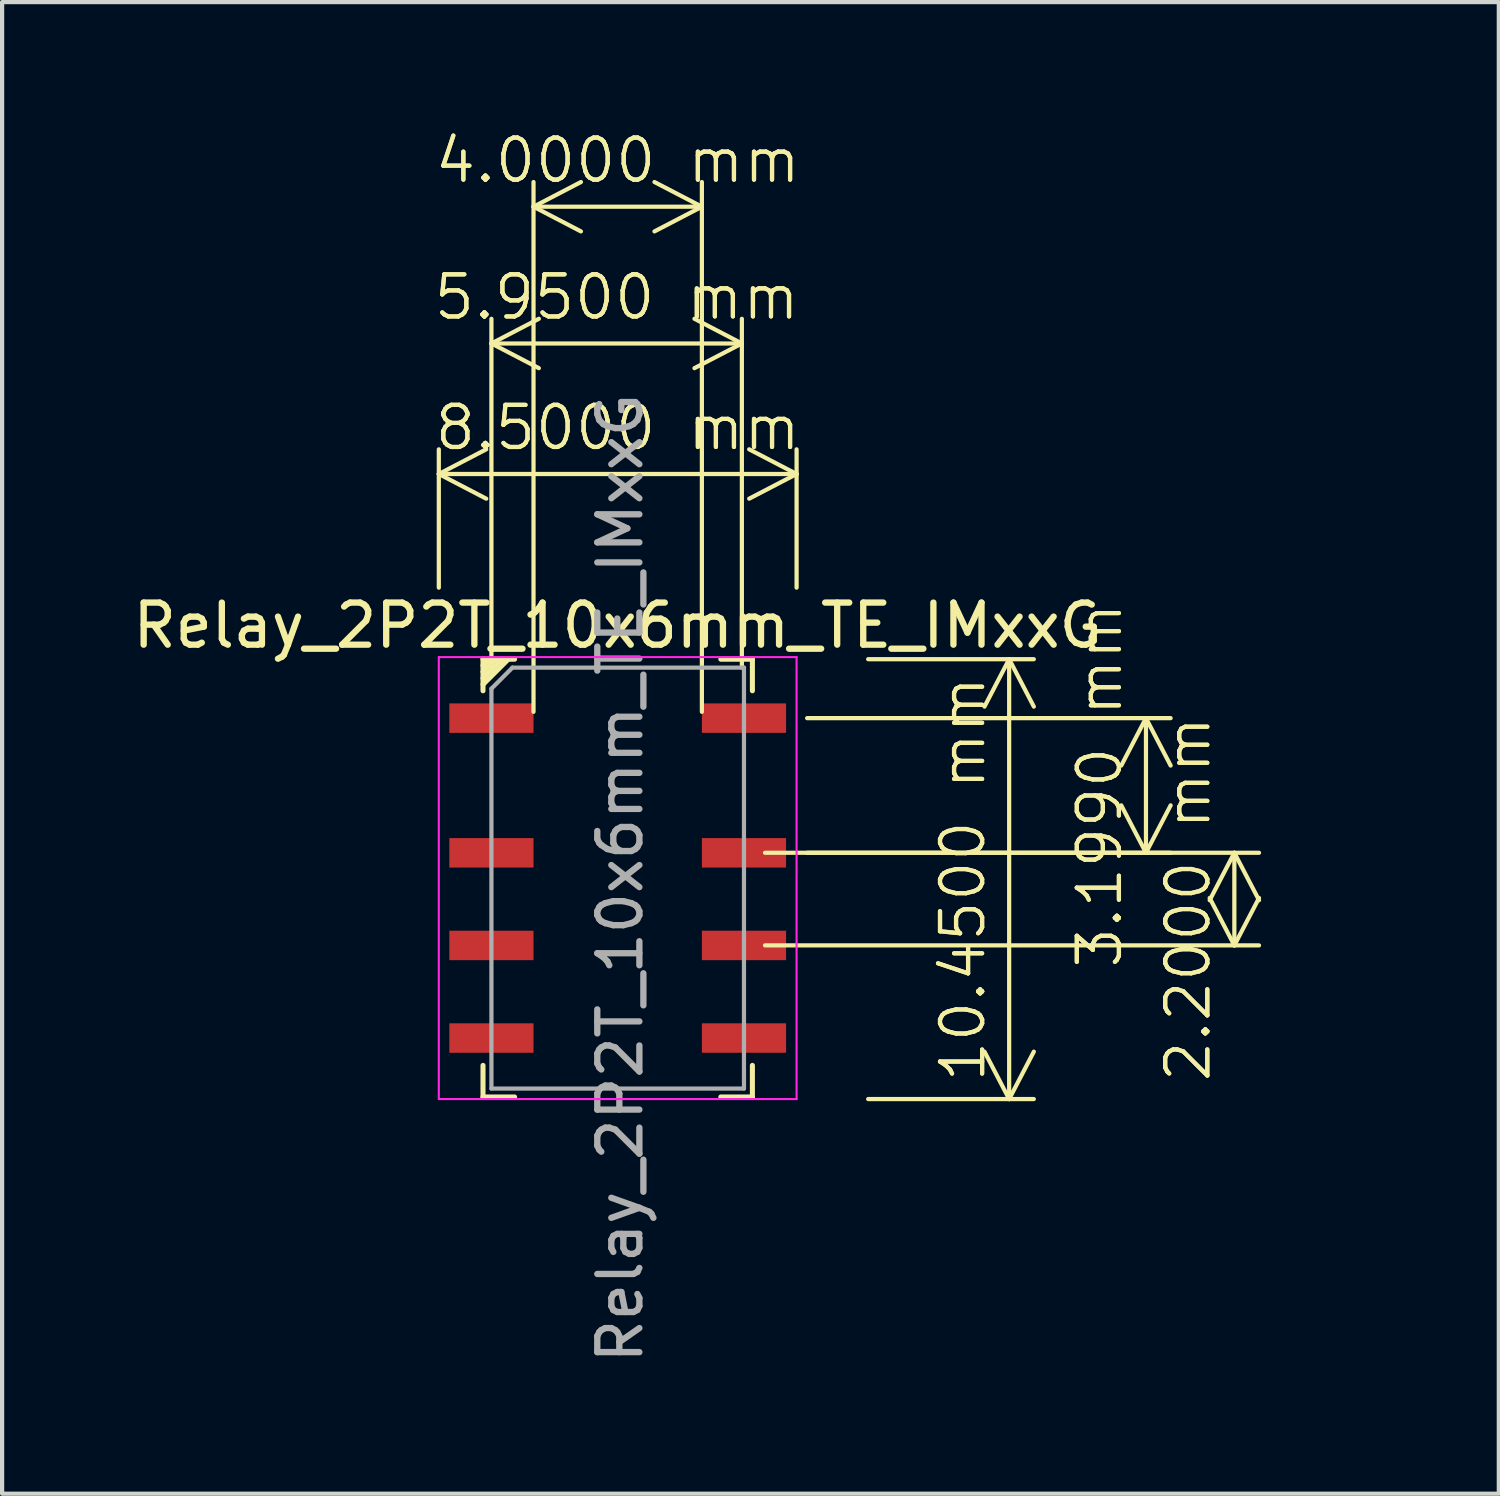
<source format=kicad_pcb>
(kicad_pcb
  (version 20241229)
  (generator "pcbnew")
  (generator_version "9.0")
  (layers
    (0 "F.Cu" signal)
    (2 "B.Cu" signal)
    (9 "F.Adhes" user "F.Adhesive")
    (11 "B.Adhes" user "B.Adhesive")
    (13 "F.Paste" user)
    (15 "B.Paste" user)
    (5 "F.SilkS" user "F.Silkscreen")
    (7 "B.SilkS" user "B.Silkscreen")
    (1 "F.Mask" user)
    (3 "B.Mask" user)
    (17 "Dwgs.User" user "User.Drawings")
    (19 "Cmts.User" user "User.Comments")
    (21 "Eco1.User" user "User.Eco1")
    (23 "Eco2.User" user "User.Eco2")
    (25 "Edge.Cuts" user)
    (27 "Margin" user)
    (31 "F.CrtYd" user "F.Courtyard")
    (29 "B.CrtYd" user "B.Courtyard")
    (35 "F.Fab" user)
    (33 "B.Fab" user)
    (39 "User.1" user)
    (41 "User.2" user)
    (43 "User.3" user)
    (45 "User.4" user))
  (footprint "Relay_2P2T_10x6mm_TE_IMxxG"
    (layer "F.Cu")
    (at 11.625 17.811)
    (property "Reference" "Relay_2P2T_10x6mm_TE_IMxxG" (at 0 -6 0) (layer "F.SilkS") (effects (font (size 1 1) (thickness 0.15))))
    (attr smd)
    (fp_line (start -3.2 -5.2) (end -3.2 -4.45) (stroke (width 0.12) (type solid)) (layer "F.SilkS"))
    (fp_line (start -3.2 4.45) (end -3.2 5.2) (stroke (width 0.12) (type solid)) (layer "F.SilkS"))
    (fp_line (start -3.2 5.2) (end -2.45 5.2) (stroke (width 0.12) (type solid)) (layer "F.SilkS"))
    (fp_line (start -3.05 -5.2) (end -3.2 -5.05) (stroke (width 0.12) (type solid)) (layer "F.SilkS"))
    (fp_line (start -2.9 -5.2) (end -3.2 -4.9) (stroke (width 0.12) (type solid)) (layer "F.SilkS"))
    (fp_line (start -2.75 -5.2) (end -3.2 -4.75) (stroke (width 0.12) (type solid)) (layer "F.SilkS"))
    (fp_line (start -2.6 -5.2) (end -3.2 -4.6) (stroke (width 0.12) (type solid)) (layer "F.SilkS"))
    (fp_line (start -2.45 -5.2) (end -3.2 -5.2) (stroke (width 0.12) (type solid)) (layer "F.SilkS"))
    (fp_line (start 2.45 -5.2) (end 3.2 -5.2) (stroke (width 0.12) (type solid)) (layer "F.SilkS"))
    (fp_line (start 2.45 5.2) (end 3.2 5.2) (stroke (width 0.12) (type solid)) (layer "F.SilkS"))
    (fp_line (start 3.2 -5.2) (end 3.2 -4.45) (stroke (width 0.12) (type solid)) (layer "F.SilkS"))
    (fp_line (start 3.2 4.45) (end 3.2 5.2) (stroke (width 0.12) (type solid)) (layer "F.SilkS"))
    (fp_line (start -4.25 -5.25) (end -4.25 5.25) (stroke (width 0.05) (type solid)) (layer "F.CrtYd"))
    (fp_line (start -4.25 5.25) (end 4.25 5.25) (stroke (width 0.05) (type solid)) (layer "F.CrtYd"))
    (fp_line (start 4.25 -5.25) (end -4.25 -5.25) (stroke (width 0.05) (type solid)) (layer "F.CrtYd"))
    (fp_line (start 4.25 5.25) (end 4.25 -5.25) (stroke (width 0.05) (type solid)) (layer "F.CrtYd"))
    (fp_line (start -3 -4.5) (end -2.5 -5) (stroke (width 0.1) (type solid)) (layer "F.Fab"))
    (fp_line (start -3 5) (end -3 -4.5) (stroke (width 0.1) (type solid)) (layer "F.Fab"))
    (fp_line (start -2.5 -5) (end 3 -5) (stroke (width 0.1) (type solid)) (layer "F.Fab"))
    (fp_line (start 3 -5) (end 3 5) (stroke (width 0.1) (type solid)) (layer "F.Fab"))
    (fp_line (start 3 5) (end -3 5) (stroke (width 0.1) (type solid)) (layer "F.Fab"))
    (fp_text user "${REFERENCE}" (at 0.06 0 90) (layer "F.Fab") (effects (font (size 1 1) (thickness 0.15))))
    (dimension (type aligned) (layer "F.SilkS") (pts (xy 7.375 11.411) (xy 15.875 11.411)) (height -3.2) (format (prefix "") (suffix "") (units 3) (units_format 1) (precision 4)) (style (thickness 0.1) (arrow_length 1.27) (text_position_mode 0) (arrow_direction outward) (extension_height 0.586) (extension_offset 0.5) (keep_text_aligned yes)) (gr_text "8.5000 mm" (at 11.625 7.111 0) (layer "F.SilkS") (effects (font (size 1 1) (thickness 0.1)))))
    (dimension (type aligned) (layer "F.SilkS") (pts (xy 9.625 14.361) (xy 13.625 14.361)) (height -12.5) (format (prefix "") (suffix "") (units 3) (units_format 1) (precision 4)) (style (thickness 0.1) (arrow_length 1.27) (text_position_mode 0) (arrow_direction outward) (extension_height 0.586) (extension_offset 0.5) (keep_text_aligned yes)) (gr_text "4.0000 mm" (at 11.625 0.76 0) (layer "F.SilkS") (effects (font (size 1 1) (thickness 0.1)))))
    (dimension (type aligned) (layer "F.SilkS") (pts (xy 17.075 12.611) (xy 17.075 23.061)) (height -3.85) (format (prefix "") (suffix "") (units 3) (units_format 1) (precision 4)) (style (thickness 0.1) (arrow_length 1.27) (text_position_mode 0) (arrow_direction outward) (extension_height 0.586) (extension_offset 0.5) (keep_text_aligned yes)) (gr_text "10.4500 mm" (at 19.825 17.835 90) (layer "F.SilkS") (effects (font (size 1 1) (thickness 0.1)))))
    (dimension (type aligned) (layer "F.SilkS") (pts (xy 15.625 14.011) (xy 15.625 17.21)) (height -8.55) (format (prefix "") (suffix "") (units 3) (units_format 1) (precision 4)) (style (thickness 0.1) (arrow_length 1.27) (text_position_mode 0) (arrow_direction outward) (extension_height 0.586) (extension_offset 0.5) (keep_text_aligned yes)) (gr_text "3.2000 mm" (at 23.075 15.611 90) (layer "F.SilkS") (effects (font (size 1 1) (thickness 0.1)))))
    (dimension (type aligned) (layer "F.SilkS") (pts (xy 14.625 17.21) (xy 14.625 19.41)) (height -11.65) (format (prefix "") (suffix "") (units 3) (units_format 1) (precision 4)) (style (thickness 0.1) (arrow_length 1.27) (text_position_mode 0) (arrow_direction outward) (extension_height 0.586) (extension_offset 0.5) (keep_text_aligned yes)) (gr_text "2.2000 mm" (at 25.175 18.311 90) (layer "F.SilkS") (effects (font (size 1 1) (thickness 0.1)))))
    (dimension (type aligned) (layer "F.SilkS") (pts (xy 8.625 13.31) (xy 14.575 13.31)) (height -8.2) (format (prefix "") (suffix "") (units 3) (units_format 1) (precision 4)) (style (thickness 0.1) (arrow_length 1.27) (text_position_mode 0) (arrow_direction outward) (extension_height 0.586) (extension_offset 0.5) (keep_text_aligned yes)) (gr_text "5.9500 mm" (at 11.6 4.011 0) (layer "F.SilkS") (effects (font (size 1 1) (thickness 0.1)))))
    (pad "1" smd rect (at -3 -3.8) (size 2 0.7) (layers "F.Cu" "F.Mask" "F.Paste"))
    (pad "2" smd rect (at -3 -0.6) (size 2 0.7) (layers "F.Cu" "F.Mask" "F.Paste"))
    (pad "3" smd rect (at -3 1.6) (size 2 0.7) (layers "F.Cu" "F.Mask" "F.Paste"))
    (pad "4" smd rect (at -3 3.8) (size 2 0.7) (layers "F.Cu" "F.Mask" "F.Paste"))
    (pad "5" smd rect (at 3 3.8) (size 2 0.7) (layers "F.Cu" "F.Mask" "F.Paste"))
    (pad "6" smd rect (at 3 1.6) (size 2 0.7) (layers "F.Cu" "F.Mask" "F.Paste"))
    (pad "7" smd rect (at 3 -0.6) (size 2 0.7) (layers "F.Cu" "F.Mask" "F.Paste"))
    (pad "8" smd rect (at 3 -3.8) (size 2 0.7) (layers "F.Cu" "F.Mask" "F.Paste")))
  (gr_rect
    (start -3 -3)
    (end 32.558 32.436)
    (stroke (width 0.1) (type default))
    (fill no)
    (layer "Edge.Cuts")))
</source>
